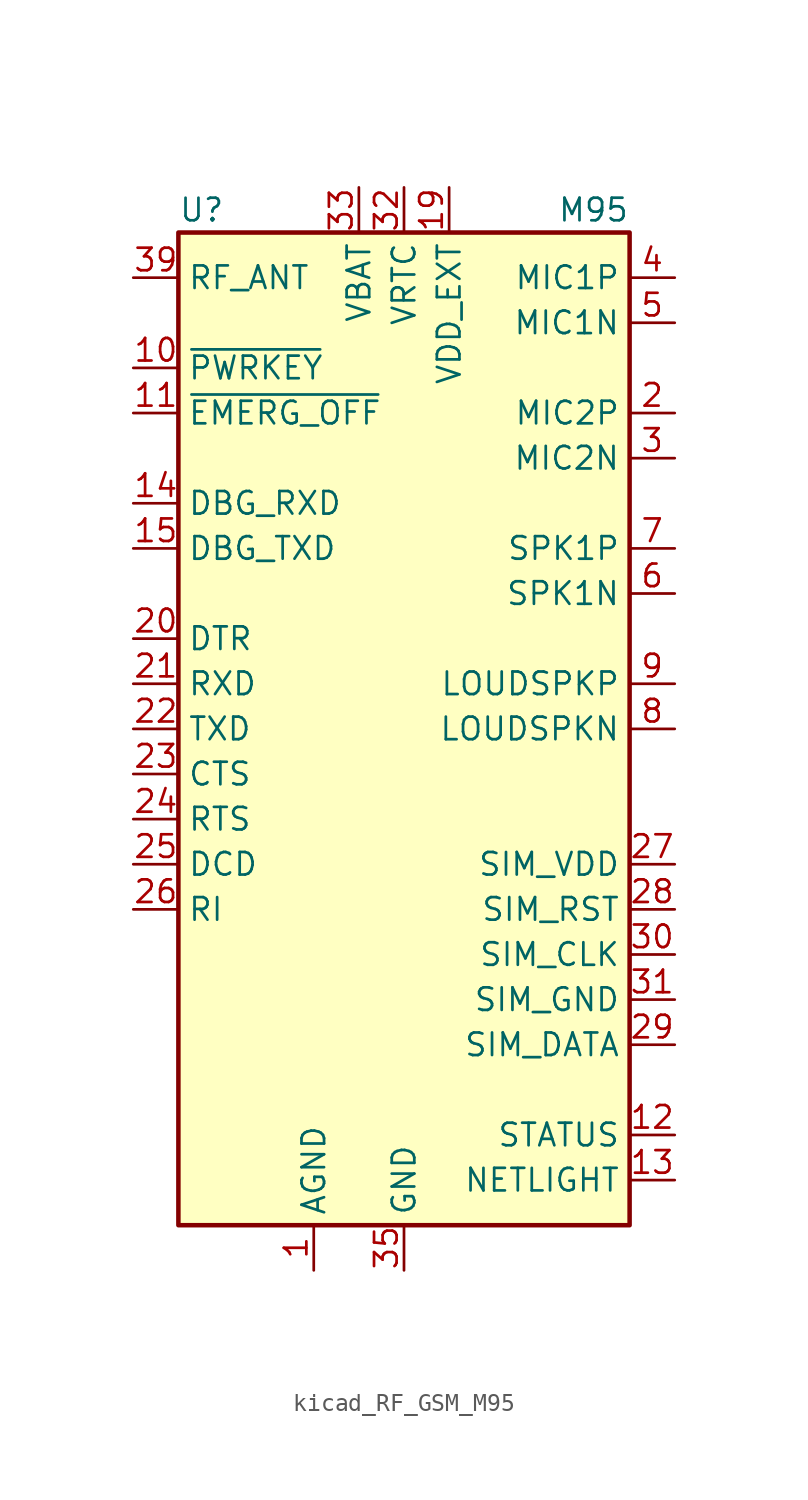
<source format=kicad_sym>
(kicad_symbol_lib
  (version 20220914)
  (generator kicad_symbol_editor)
  (symbol "kicad_RF_GSM_M95"
    (property "Reference" "U"
      (at -12.7 29.21 0)
      (effects (font (size 1.27 1.27)) (justify left)))
    (property "Value" "M95"
      (at 12.7 29.21 0)
      (effects (font (size 1.27 1.27)) (justify right)))
    (symbol "kicad_RF_GSM_M95_0_1"
      (rectangle (start -12.7 27.94) (end 12.7 -27.94) (stroke (width 0.254) (type default)) (fill (type background))))
    (symbol "kicad_RF_GSM_M95_1_1"
      (pin power_in line (at -5.08 -30.48 90) (length 2.54) (name "AGND" (effects (font (size 1.27 1.27)))) (number "1" (effects (font (size 1.27 1.27)))))
      (pin input line (at -15.24 20.32 0) (length 2.54) (name "~{PWRKEY}" (effects (font (size 1.27 1.27)))) (number "10" (effects (font (size 1.27 1.27)))))
      (pin input line (at -15.24 17.78 0) (length 2.54) (name "~{EMERG_OFF}" (effects (font (size 1.27 1.27)))) (number "11" (effects (font (size 1.27 1.27)))))
      (pin output line (at 15.24 -22.86 180) (length 2.54) (name "STATUS" (effects (font (size 1.27 1.27)))) (number "12" (effects (font (size 1.27 1.27)))))
      (pin output line (at 15.24 -25.4 180) (length 2.54) (name "NETLIGHT" (effects (font (size 1.27 1.27)))) (number "13" (effects (font (size 1.27 1.27)))))
      (pin input line (at -15.24 12.7 0) (length 2.54) (name "DBG_RXD" (effects (font (size 1.27 1.27)))) (number "14" (effects (font (size 1.27 1.27)))))
      (pin output line (at -15.24 10.16 0) (length 2.54) (name "DBG_TXD" (effects (font (size 1.27 1.27)))) (number "15" (effects (font (size 1.27 1.27)))))
      (pin no_connect line (at -12.7 -12.7 0) (length 2.54) hide (name "RESERVED" (effects (font (size 1.27 1.27)))) (number "16" (effects (font (size 1.27 1.27)))))
      (pin no_connect line (at -12.7 -15.24 0) (length 2.54) hide (name "RESERVED" (effects (font (size 1.27 1.27)))) (number "17" (effects (font (size 1.27 1.27)))))
      (pin no_connect line (at -12.7 -17.78 0) (length 2.54) hide (name "RESERVED" (effects (font (size 1.27 1.27)))) (number "18" (effects (font (size 1.27 1.27)))))
      (pin power_out line (at 2.54 30.48 270) (length 2.54) (name "VDD_EXT" (effects (font (size 1.27 1.27)))) (number "19" (effects (font (size 1.27 1.27)))))
      (pin input line (at 15.24 17.78 180) (length 2.54) (name "MIC2P" (effects (font (size 1.27 1.27)))) (number "2" (effects (font (size 1.27 1.27)))))
      (pin input line (at -15.24 5.08 0) (length 2.54) (name "DTR" (effects (font (size 1.27 1.27)))) (number "20" (effects (font (size 1.27 1.27)))))
      (pin input line (at -15.24 2.54 0) (length 2.54) (name "RXD" (effects (font (size 1.27 1.27)))) (number "21" (effects (font (size 1.27 1.27)))))
      (pin output line (at -15.24 0 0) (length 2.54) (name "TXD" (effects (font (size 1.27 1.27)))) (number "22" (effects (font (size 1.27 1.27)))))
      (pin output line (at -15.24 -2.54 0) (length 2.54) (name "CTS" (effects (font (size 1.27 1.27)))) (number "23" (effects (font (size 1.27 1.27)))))
      (pin input line (at -15.24 -5.08 0) (length 2.54) (name "RTS" (effects (font (size 1.27 1.27)))) (number "24" (effects (font (size 1.27 1.27)))))
      (pin output line (at -15.24 -7.62 0) (length 2.54) (name "DCD" (effects (font (size 1.27 1.27)))) (number "25" (effects (font (size 1.27 1.27)))))
      (pin output line (at -15.24 -10.16 0) (length 2.54) (name "RI" (effects (font (size 1.27 1.27)))) (number "26" (effects (font (size 1.27 1.27)))))
      (pin power_out line (at 15.24 -7.62 180) (length 2.54) (name "SIM_VDD" (effects (font (size 1.27 1.27)))) (number "27" (effects (font (size 1.27 1.27)))))
      (pin output line (at 15.24 -10.16 180) (length 2.54) (name "SIM_RST" (effects (font (size 1.27 1.27)))) (number "28" (effects (font (size 1.27 1.27)))))
      (pin bidirectional line (at 15.24 -17.78 180) (length 2.54) (name "SIM_DATA" (effects (font (size 1.27 1.27)))) (number "29" (effects (font (size 1.27 1.27)))))
      (pin input line (at 15.24 15.24 180) (length 2.54) (name "MIC2N" (effects (font (size 1.27 1.27)))) (number "3" (effects (font (size 1.27 1.27)))))
      (pin output line (at 15.24 -12.7 180) (length 2.54) (name "SIM_CLK" (effects (font (size 1.27 1.27)))) (number "30" (effects (font (size 1.27 1.27)))))
      (pin power_out line (at 15.24 -15.24 180) (length 2.54) (name "SIM_GND" (effects (font (size 1.27 1.27)))) (number "31" (effects (font (size 1.27 1.27)))))
      (pin power_in line (at 0 30.48 270) (length 2.54) (name "VRTC" (effects (font (size 1.27 1.27)))) (number "32" (effects (font (size 1.27 1.27)))))
      (pin power_in line (at -2.54 30.48 270) (length 2.54) (name "VBAT" (effects (font (size 1.27 1.27)))) (number "33" (effects (font (size 1.27 1.27)))))
      (pin passive line (at -2.54 30.48 270) (length 2.54) hide (name "VBAT" (effects (font (size 1.27 1.27)))) (number "34" (effects (font (size 1.27 1.27)))))
      (pin power_in line (at 0 -30.48 90) (length 2.54) (name "GND" (effects (font (size 1.27 1.27)))) (number "35" (effects (font (size 1.27 1.27)))))
      (pin passive line (at 0 -30.48 90) (length 2.54) hide (name "GND" (effects (font (size 1.27 1.27)))) (number "36" (effects (font (size 1.27 1.27)))))
      (pin passive line (at 0 -30.48 90) (length 2.54) hide (name "GND" (effects (font (size 1.27 1.27)))) (number "37" (effects (font (size 1.27 1.27)))))
      (pin passive line (at 0 -30.48 90) (length 2.54) hide (name "GND" (effects (font (size 1.27 1.27)))) (number "38" (effects (font (size 1.27 1.27)))))
      (pin passive line (at -15.24 25.4 0) (length 2.54) (name "RF_ANT" (effects (font (size 1.27 1.27)))) (number "39" (effects (font (size 1.27 1.27)))))
      (pin input line (at 15.24 25.4 180) (length 2.54) (name "MIC1P" (effects (font (size 1.27 1.27)))) (number "4" (effects (font (size 1.27 1.27)))))
      (pin passive line (at 0 -30.48 90) (length 2.54) hide (name "GND" (effects (font (size 1.27 1.27)))) (number "40" (effects (font (size 1.27 1.27)))))
      (pin no_connect line (at -12.7 -20.32 0) (length 2.54) hide (name "RESERVED" (effects (font (size 1.27 1.27)))) (number "41" (effects (font (size 1.27 1.27)))))
      (pin no_connect line (at -12.7 -22.86 0) (length 2.54) hide (name "RESERVED" (effects (font (size 1.27 1.27)))) (number "42" (effects (font (size 1.27 1.27)))))
      (pin input line (at 15.24 22.86 180) (length 2.54) (name "MIC1N" (effects (font (size 1.27 1.27)))) (number "5" (effects (font (size 1.27 1.27)))))
      (pin output line (at 15.24 7.62 180) (length 2.54) (name "SPK1N" (effects (font (size 1.27 1.27)))) (number "6" (effects (font (size 1.27 1.27)))))
      (pin output line (at 15.24 10.16 180) (length 2.54) (name "SPK1P" (effects (font (size 1.27 1.27)))) (number "7" (effects (font (size 1.27 1.27)))))
      (pin output line (at 15.24 0 180) (length 2.54) (name "LOUDSPKN" (effects (font (size 1.27 1.27)))) (number "8" (effects (font (size 1.27 1.27)))))
      (pin output line (at 15.24 2.54 180) (length 2.54) (name "LOUDSPKP" (effects (font (size 1.27 1.27)))) (number "9" (effects (font (size 1.27 1.27))))))))
</source>
